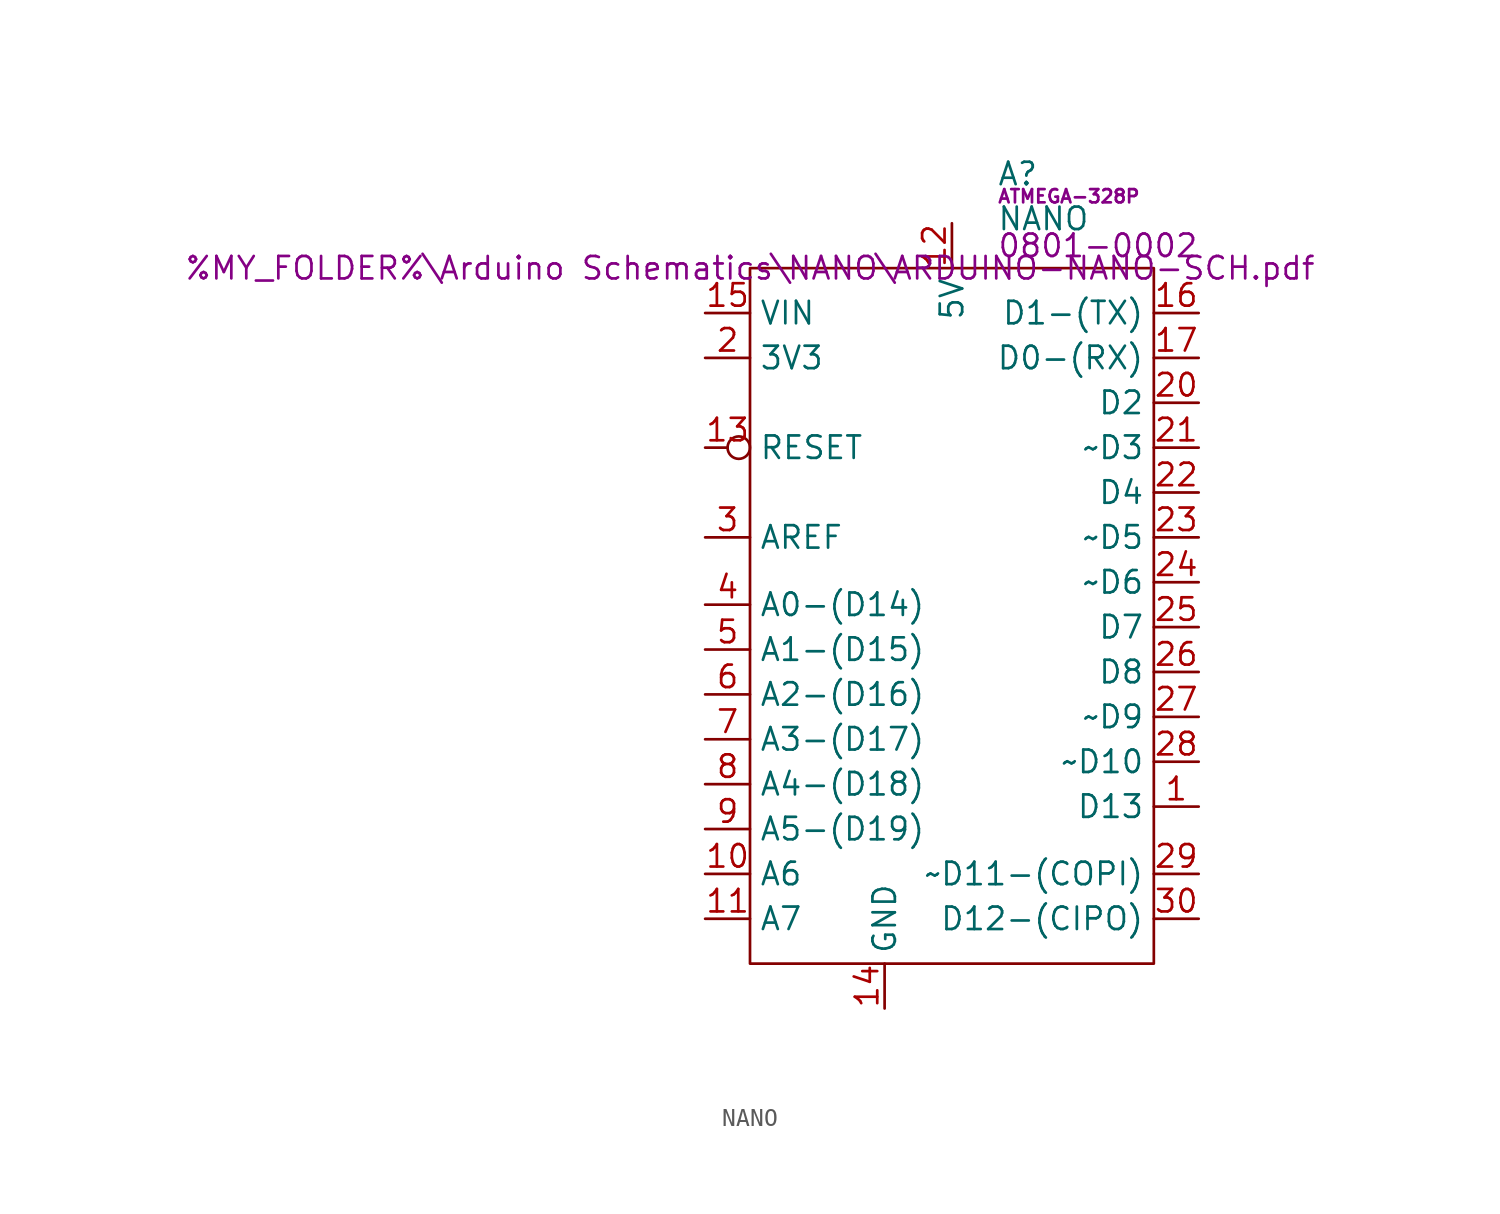
<source format=kicad_sym>
(kicad_symbol_lib
  (version 20211014)
  (generator kicad_symbol_editor)
  (symbol "NANO"
    (property "Reference" "A"
      (at 13.97 5.334 0)
      (effects (font (size 1.27 1.27)) (justify left)))
    (property "Value" "NANO"
      (at 13.97 2.794 0)
      (effects (font (size 1.27 1.27)) (justify left)))
    (property "IC" "ATMEGA-328P"
      (at 13.97 4.064 0)
      (effects (font (size 0.75 0.75)) (justify left)))
    (property "PartNumber" "0801-0002"
      (at 13.97 1.27 0)
      (effects (font (size 1.27 1.27)) (justify left)))
    (property "Schematic" "%MY_FOLDER%\\Arduino Schematics\\NANO\\ARDUINO-NANO-SCH.pdf"
      (at 0 0 0)
      (effects (font (size 1.27 1.27))))
    (symbol "NANO_0_0"
      (pin bidirectional line (at -2.54 -34.29 0) (length 2.54) (name "A6" (effects (font (size 1.27 1.27)))) (number "10" (effects (font (size 1.27 1.27)))))
      (pin bidirectional line (at -2.54 -36.83 0) (length 2.54) (name "A7" (effects (font (size 1.27 1.27)))) (number "11" (effects (font (size 1.27 1.27)))))
      (pin power_in line (at 11.43 2.54 270) (length 2.54) (name "5V" (effects (font (size 1.27 1.27)))) (number "12" (effects (font (size 1.27 1.27)))))
      (pin input inverted (at -2.54 -10.16 0) (length 2.54) (name "RESET" (effects (font (size 1.27 1.27)))) (number "13" (effects (font (size 1.27 1.27)))))
      (pin passive line (at 7.62 -41.91 90) (length 2.54) (name "GND" (effects (font (size 1.27 1.27)))) (number "14" (effects (font (size 1.27 1.27)))))
      (pin power_in line (at -2.54 -2.54 0) (length 2.54) (name "VIN" (effects (font (size 1.27 1.27)))) (number "15" (effects (font (size 1.27 1.27)))))
      (pin bidirectional line (at 25.4 -2.54 180) (length 2.54) (name "D1-(TX)" (effects (font (size 1.27 1.27)))) (number "16" (effects (font (size 1.27 1.27)))))
      (pin bidirectional line (at 25.4 -5.08 180) (length 2.54) (name "D0-(RX)" (effects (font (size 1.27 1.27)))) (number "17" (effects (font (size 1.27 1.27)))))
      (pin input inverted (at -2.54 -10.16 0) (length 2.54) hide (name "RESET" (effects (font (size 1.27 1.27)))) (number "18" (effects (font (size 1.27 1.27)))))
      (pin passive line (at 7.62 -41.91 90) (length 2.54) hide (name "GND" (effects (font (size 1.27 1.27)))) (number "19" (effects (font (size 1.27 1.27)))))
      (pin bidirectional line (at 25.4 -7.62 180) (length 2.54) (name "D2" (effects (font (size 1.27 1.27)))) (number "20" (effects (font (size 1.27 1.27)))))
      (pin bidirectional line (at 25.4 -10.16 180) (length 2.54) (name "~D3" (effects (font (size 1.27 1.27)))) (number "21" (effects (font (size 1.27 1.27)))))
      (pin bidirectional line (at 25.4 -12.7 180) (length 2.54) (name "D4" (effects (font (size 1.27 1.27)))) (number "22" (effects (font (size 1.27 1.27)))))
      (pin bidirectional line (at 25.4 -15.24 180) (length 2.54) (name "~D5" (effects (font (size 1.27 1.27)))) (number "23" (effects (font (size 1.27 1.27)))))
      (pin bidirectional line (at 25.4 -17.78 180) (length 2.54) (name "~D6" (effects (font (size 1.27 1.27)))) (number "24" (effects (font (size 1.27 1.27)))))
      (pin bidirectional line (at 25.4 -20.32 180) (length 2.54) (name "D7" (effects (font (size 1.27 1.27)))) (number "25" (effects (font (size 1.27 1.27)))))
      (pin bidirectional line (at 25.4 -22.86 180) (length 2.54) (name "D8" (effects (font (size 1.27 1.27)))) (number "26" (effects (font (size 1.27 1.27)))))
      (pin bidirectional line (at 25.4 -25.4 180) (length 2.54) (name "~D9" (effects (font (size 1.27 1.27)))) (number "27" (effects (font (size 1.27 1.27)))))
      (pin bidirectional line (at 25.4 -27.94 180) (length 2.54) (name "~D10" (effects (font (size 1.27 1.27)))) (number "28" (effects (font (size 1.27 1.27)))))
      (pin bidirectional line (at 25.4 -34.29 180) (length 2.54) (name "~D11-(COPI)" (effects (font (size 1.27 1.27)))) (number "29" (effects (font (size 1.27 1.27)))))
      (pin bidirectional line (at 25.4 -36.83 180) (length 2.54) (name "D12-(CIPO)" (effects (font (size 1.27 1.27)))) (number "30" (effects (font (size 1.27 1.27)))))
      (pin bidirectional line (at -2.54 -24.13 0) (length 2.54) (name "A2-(D16)" (effects (font (size 1.27 1.27)))) (number "6" (effects (font (size 1.27 1.27)))))
      (pin bidirectional line (at -2.54 -26.67 0) (length 2.54) (name "A3-(D17)" (effects (font (size 1.27 1.27)))) (number "7" (effects (font (size 1.27 1.27)))))
      (pin bidirectional line (at -2.54 -29.21 0) (length 2.54) (name "A4-(D18)" (effects (font (size 1.27 1.27)))) (number "8" (effects (font (size 1.27 1.27)))))
      (pin bidirectional line (at -2.54 -31.75 0) (length 2.54) (name "A5-(D19)" (effects (font (size 1.27 1.27)))) (number "9" (effects (font (size 1.27 1.27))))))
    (symbol "NANO_0_1"
      (rectangle (start 0 0) (end 22.86 -39.37) (stroke (width 0) (type default) (color 0 0 0 0)) (fill (type none))))
    (symbol "NANO_1_1"
      (pin bidirectional line (at 25.4 -30.48 180) (length 2.54) (name "D13" (effects (font (size 1.27 1.27)))) (number "1" (effects (font (size 1.27 1.27)))))
      (pin power_in line (at -2.54 -5.08 0) (length 2.54) (name "3V3" (effects (font (size 1.27 1.27)))) (number "2" (effects (font (size 1.27 1.27)))))
      (pin input line (at -2.54 -15.24 0) (length 2.54) (name "AREF" (effects (font (size 1.27 1.27)))) (number "3" (effects (font (size 1.27 1.27)))))
      (pin bidirectional line (at -2.54 -19.05 0) (length 2.54) (name "A0-(D14)" (effects (font (size 1.27 1.27)))) (number "4" (effects (font (size 1.27 1.27)))))
      (pin bidirectional line (at -2.54 -21.59 0) (length 2.54) (name "A1-(D15)" (effects (font (size 1.27 1.27)))) (number "5" (effects (font (size 1.27 1.27))))))))
</source>
